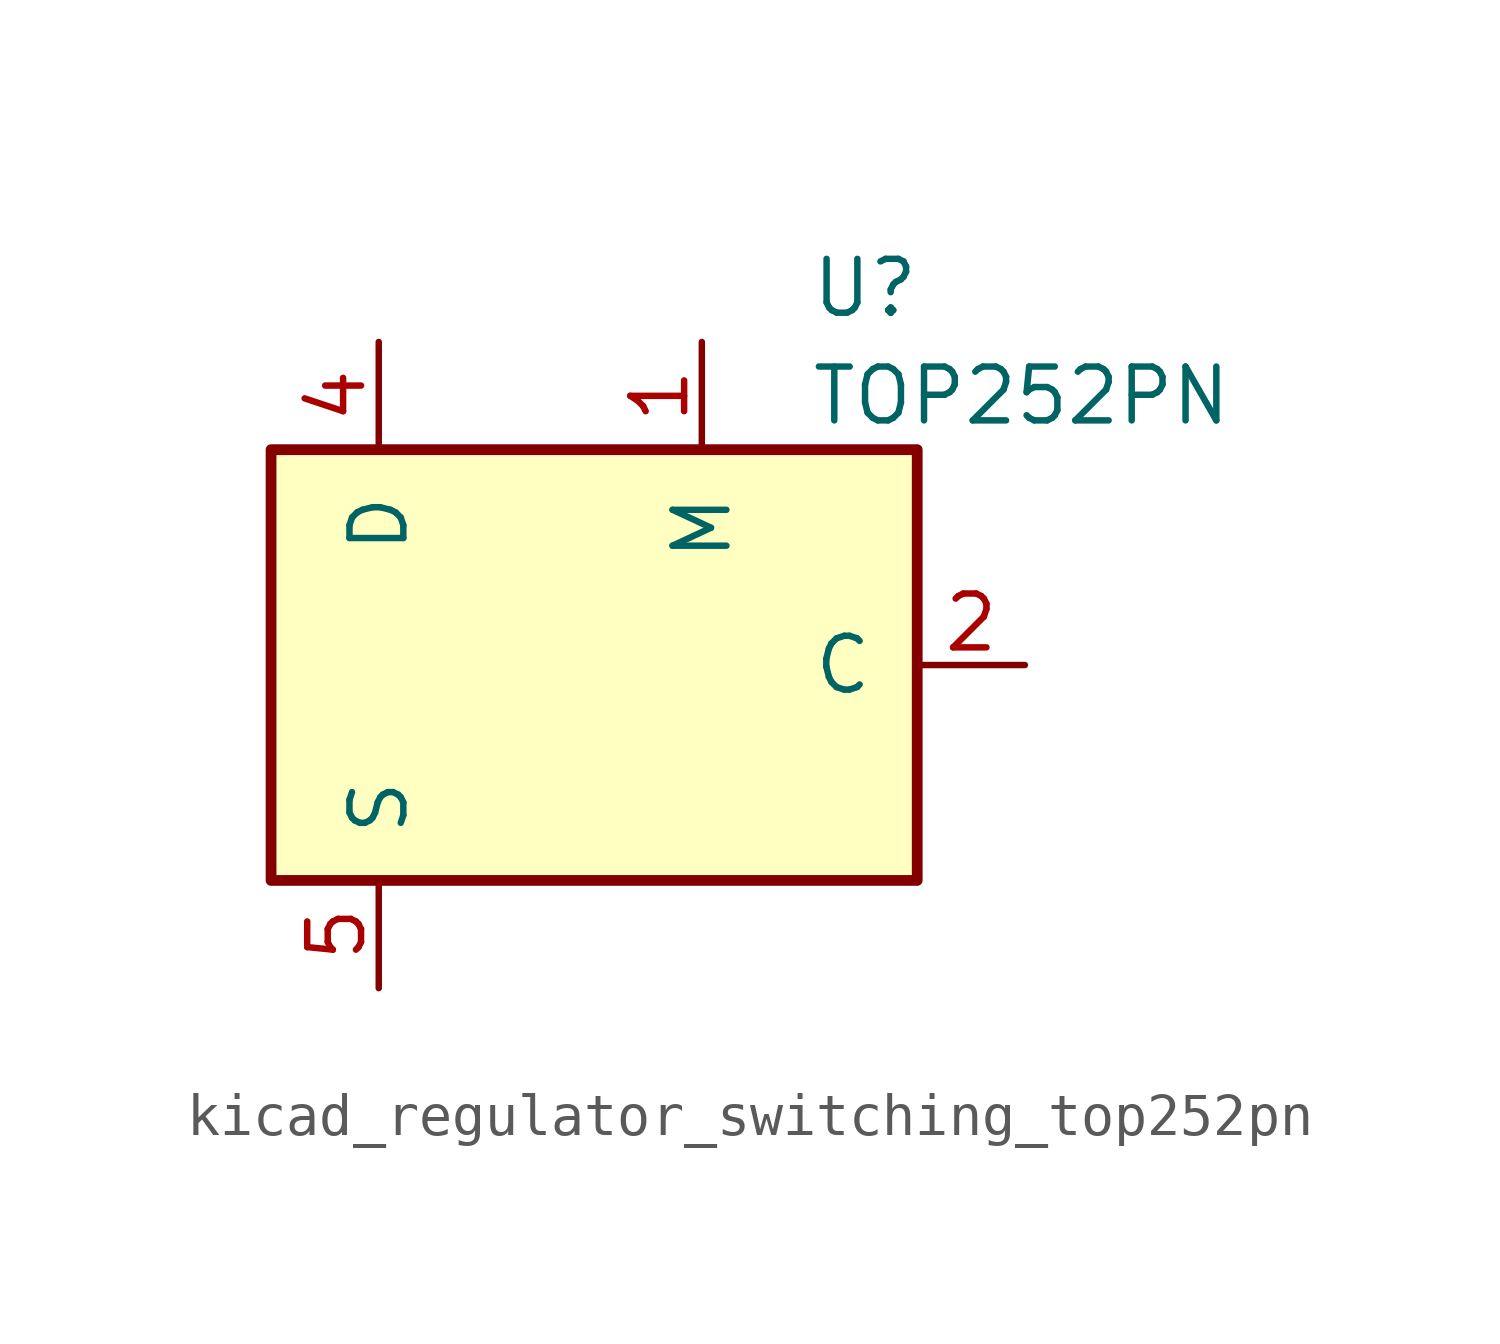
<source format=kicad_sym>
(kicad_symbol_lib
  (version 20220914)
  (generator kicad_symbol_editor)
  (symbol "kicad_regulator_switching_top252pn"
    (pin_names
      (offset 1.016))
    (property "Reference" "U"
      (at 5.08 8.89 0)
      (effects (font (size 1.27 1.27)) (justify left)))
    (property "Value" "TOP252PN"
      (at 5.08 6.35 0)
      (effects (font (size 1.27 1.27)) (justify left)))
    (symbol "kicad_regulator_switching_top252pn_0_1"
      (rectangle (start -7.62 5.08) (end 7.62 -5.08) (stroke (width 0.254) (type default)) (fill (type background))))
    (symbol "kicad_regulator_switching_top252pn_1_1"
      (pin input line (at 2.54 7.62 270) (length 2.54) (name "M" (effects (font (size 1.27 1.27)))) (number "1" (effects (font (size 1.27 1.27)))))
      (pin input line (at 10.16 0 180) (length 2.54) (name "C" (effects (font (size 1.27 1.27)))) (number "2" (effects (font (size 1.27 1.27)))))
      (pin open_collector line (at -5.08 7.62 270) (length 2.54) (name "D" (effects (font (size 1.27 1.27)))) (number "4" (effects (font (size 1.27 1.27)))))
      (pin power_in line (at -5.08 -7.62 90) (length 2.54) (name "S" (effects (font (size 1.27 1.27)))) (number "5" (effects (font (size 1.27 1.27)))))
      (pin passive line (at -5.08 -7.62 90) (length 2.54) hide (name "S" (effects (font (size 1.27 1.27)))) (number "6" (effects (font (size 1.27 1.27)))))
      (pin passive line (at -5.08 -7.62 90) (length 2.54) hide (name "S" (effects (font (size 1.27 1.27)))) (number "7" (effects (font (size 1.27 1.27)))))
      (pin passive line (at -5.08 -7.62 90) (length 2.54) hide (name "S" (effects (font (size 1.27 1.27)))) (number "8" (effects (font (size 1.27 1.27))))))))
</source>
